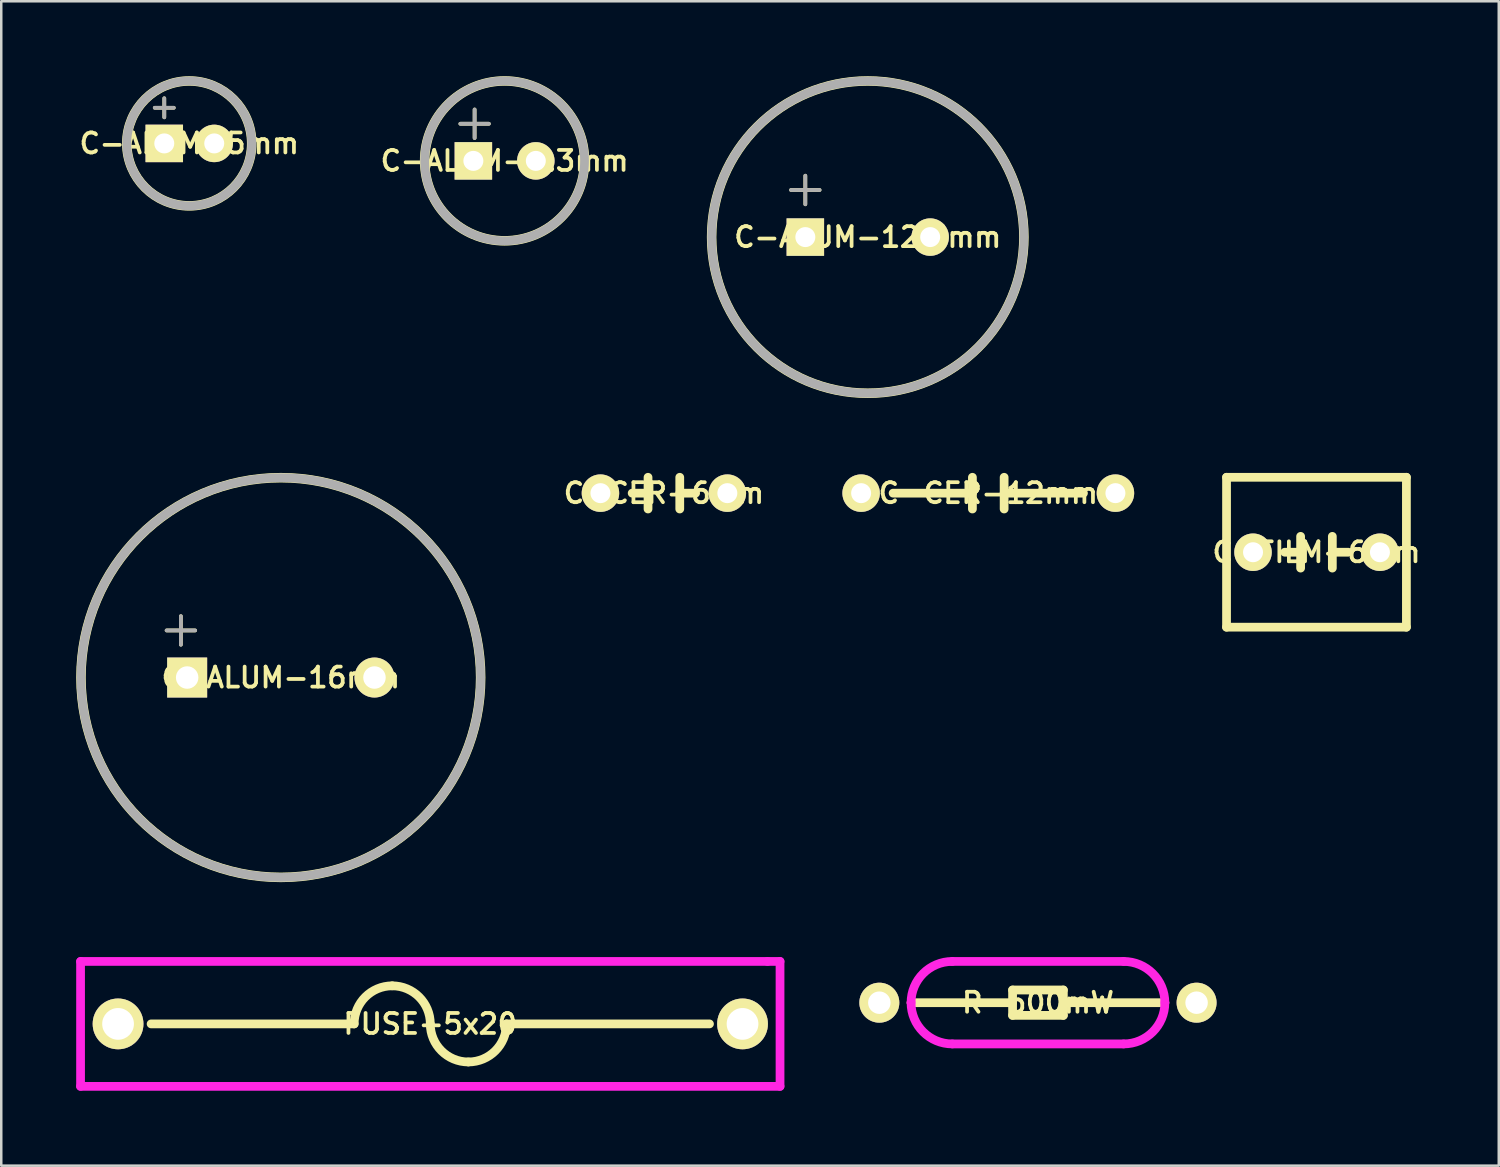
<source format=kicad_pcb>
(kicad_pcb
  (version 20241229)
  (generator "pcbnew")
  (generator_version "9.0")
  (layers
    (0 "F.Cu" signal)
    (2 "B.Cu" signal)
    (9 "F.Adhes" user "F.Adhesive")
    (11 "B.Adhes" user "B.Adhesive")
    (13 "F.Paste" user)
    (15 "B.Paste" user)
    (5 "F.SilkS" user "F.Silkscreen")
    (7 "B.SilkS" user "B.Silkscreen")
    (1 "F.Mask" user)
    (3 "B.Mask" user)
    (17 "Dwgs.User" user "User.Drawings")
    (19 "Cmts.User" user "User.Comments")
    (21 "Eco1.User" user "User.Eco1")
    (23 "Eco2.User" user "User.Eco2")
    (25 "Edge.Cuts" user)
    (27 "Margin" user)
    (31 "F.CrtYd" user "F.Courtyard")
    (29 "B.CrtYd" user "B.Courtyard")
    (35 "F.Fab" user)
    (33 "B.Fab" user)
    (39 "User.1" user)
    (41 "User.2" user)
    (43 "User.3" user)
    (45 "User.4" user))
  (footprint "C-CER-12mm"
    (layer "F.Cu")
    (at 36.511 16.691)
    (property "Reference" "C-CER-12mm" (at 0 0 0) (layer "F.SilkS") (effects (font (size 0.8 0.8) (thickness 0.15))))
    (attr through_hole)
    (fp_line (start -3.81 0) (end -0.635 0) (stroke (width 0.35) (type solid)) (layer "F.SilkS"))
    (fp_line (start -0.635 -0.635) (end -0.635 0.635) (stroke (width 0.35) (type solid)) (layer "F.SilkS"))
    (fp_line (start -0.635 0) (end -0.635 -0.635) (stroke (width 0.15) (type solid)) (layer "F.SilkS"))
    (fp_line (start 0.635 -0.635) (end 0.635 0.635) (stroke (width 0.35) (type solid)) (layer "F.SilkS"))
    (fp_line (start 0.635 0) (end 3.81 0) (stroke (width 0.35) (type solid)) (layer "F.SilkS"))
    (pad "1" thru_hole circle (at -5.09 0) (size 1.5 1.5) (drill 0.8) (layers "*.Cu" "*.Mask" "F.SilkS"))
    (pad "2" thru_hole circle (at 5.09 0) (size 1.5 1.5) (drill 0.8) (layers "*.Cu" "*.Mask" "F.SilkS")))
  (footprint "C-ALUM-12.5mm"
    (layer "F.Cu")
    (at 31.687 6.441)
    (property "Reference" "C-ALUM-12.5mm" (at 0 0 0) (layer "F.SilkS") (effects (font (size 0.8 0.8) (thickness 0.15))))
    (attr through_hole)
    (fp_circle (center 0 0) (end 6.25 0) (stroke (width 0.381) (type solid)) (fill no) (layer "F.SilkS"))
    (fp_circle (center 0 0) (end 6.25 0) (stroke (width 0.35) (type solid)) (fill no) (layer "F.Fab"))
    (fp_text user "+" (at -2.5 -2 0) (layer "F.SilkS") (effects (font (size 1.5 1.5) (thickness 0.15))))
    (fp_text user "+" (at -2.5 -2 0) (layer "F.Fab") (effects (font (size 1.5 1.5) (thickness 0.15))))
    (pad "1" thru_hole rect (at -2.499 0) (size 1.5 1.5) (drill 0.8) (layers "*.Cu" "*.Mask" "F.SilkS"))
    (pad "2" thru_hole circle (at 2.499 0) (size 1.5 1.5) (drill 0.8) (layers "*.Cu" "*.Mask" "F.SilkS")))
  (footprint "C-ALUM-6.3mm"
    (layer "F.Cu")
    (at 17.149 3.39)
    (property "Reference" "C-ALUM-6.3mm" (at 0 0 0) (layer "F.SilkS") (effects (font (size 0.8 0.8) (thickness 0.15))))
    (attr through_hole)
    (fp_circle (center 0 0) (end 3.2 0) (stroke (width 0.381) (type solid)) (fill no) (layer "F.SilkS"))
    (fp_circle (center 0 0) (end 3.2 0) (stroke (width 0.35) (type solid)) (fill no) (layer "F.Fab"))
    (fp_text user "+" (at -1.2 -1.6 0) (layer "F.SilkS") (effects (font (size 1.5 1.5) (thickness 0.15))))
    (fp_text user "+" (at -1.2 -1.6 0) (layer "F.Fab") (effects (font (size 1.5 1.5) (thickness 0.15))))
    (pad "1" thru_hole rect (at -1.25 0) (size 1.5 1.5) (drill 0.8) (layers "*.Cu" "*.Mask" "F.SilkS"))
    (pad "2" thru_hole circle (at 1.25 0) (size 1.5 1.5) (drill 0.8) (layers "*.Cu" "*.Mask" "F.SilkS")))
  (footprint "R-500mW"
    (layer "F.Cu")
    (at 38.5 37.088)
    (property "Reference" "R-500mW" (at 0 0 0) (layer "F.SilkS") (effects (font (size 0.8 0.8) (thickness 0.15))))
    (attr through_hole)
    (fp_line (start -1.016 -0.508) (end -1.016 0.508) (stroke (width 0.35) (type solid)) (layer "F.SilkS"))
    (fp_line (start -1.016 0) (end -5.08 0) (stroke (width 0.35) (type solid)) (layer "F.SilkS"))
    (fp_line (start -1.016 0.508) (end 1.016 0.508) (stroke (width 0.35) (type solid)) (layer "F.SilkS"))
    (fp_line (start 1.016 -0.508) (end -1.016 -0.508) (stroke (width 0.35) (type solid)) (layer "F.SilkS"))
    (fp_line (start 1.016 0) (end 5.08 0) (stroke (width 0.35) (type solid)) (layer "F.SilkS"))
    (fp_line (start 1.016 0.508) (end 1.016 -0.508) (stroke (width 0.35) (type solid)) (layer "F.SilkS"))
    (fp_line (start -3.429 -1.651) (end 3.429 -1.651) (stroke (width 0.35) (type solid)) (layer "F.CrtYd"))
    (fp_line (start 3.429 1.651) (end -3.429 1.651) (stroke (width 0.35) (type solid)) (layer "F.CrtYd"))
    (fp_arc (start -5.08 0) (mid -4.596433 -1.167433) (end -3.429 -1.651) (stroke (width 0.35) (type solid)) (layer "F.CrtYd"))
    (fp_arc (start -3.429 1.651) (mid -4.596433 1.167433) (end -5.08 0) (stroke (width 0.35) (type solid)) (layer "F.CrtYd"))
    (fp_arc (start 3.429 -1.651) (mid 4.596433 -1.167433) (end 5.08 0) (stroke (width 0.35) (type solid)) (layer "F.CrtYd"))
    (fp_arc (start 5.08 0) (mid 4.596433 1.167433) (end 3.429 1.651) (stroke (width 0.35) (type solid)) (layer "F.CrtYd"))
    (pad "1" thru_hole circle (at -6.35 0) (size 1.6 1.6) (drill 0.9) (layers "*.Cu" "*.Mask" "F.SilkS"))
    (pad "2" thru_hole circle (at 6.35 0) (size 1.6 1.6) (drill 0.9) (layers "*.Cu" "*.Mask" "F.SilkS")))
  (footprint "C-ALUM-16mm"
    (layer "F.Cu")
    (at 8.191 24.072)
    (property "Reference" "C-ALUM-16mm" (at 0 0 0) (layer "F.SilkS") (effects (font (size 0.8 0.8) (thickness 0.15))))
    (attr through_hole)
    (fp_circle (center 0 0) (end 8 0) (stroke (width 0.381) (type solid)) (fill no) (layer "F.SilkS"))
    (fp_circle (center 0 0) (end 8 0) (stroke (width 0.35) (type solid)) (fill no) (layer "F.Fab"))
    (fp_text user "+" (at -4 -2 0) (layer "F.SilkS") (effects (font (size 1.5 1.5) (thickness 0.15))))
    (fp_text user "+" (at -4 -2 0) (layer "F.Fab") (effects (font (size 1.5 1.5) (thickness 0.15))))
    (pad "1" thru_hole rect (at -3.749 0) (size 1.6 1.6) (drill 0.9) (layers "*.Cu" "*.Mask" "F.SilkS"))
    (pad "2" thru_hole circle (at 3.749 0) (size 1.6 1.6) (drill 0.9) (layers "*.Cu" "*.Mask" "F.SilkS")))
  (footprint "FUSE-5x20"
    (layer "F.Cu")
    (at 14.175 37.937)
    (property "Reference" "FUSE-5x20" (at 0 0 0) (layer "F.SilkS") (effects (font (size 0.8 0.8) (thickness 0.15))))
    (attr through_hole)
    (fp_line (start -11.176 0) (end -3.048 0) (stroke (width 0.35) (type solid)) (layer "F.SilkS"))
    (fp_line (start 3.048 0) (end 11.176 0) (stroke (width 0.35) (type solid)) (layer "F.SilkS"))
    (fp_arc (start -3.048 0) (mid -2.601631 -1.077631) (end -1.524 -1.524) (stroke (width 0.35) (type solid)) (layer "F.SilkS"))
    (fp_arc (start -1.524 -1.524) (mid -0.446369 -1.077631) (end 0 0) (stroke (width 0.35) (type solid)) (layer "F.SilkS"))
    (fp_arc (start 1.524 1.524) (mid 0.446369 1.077631) (end 0 0) (stroke (width 0.35) (type solid)) (layer "F.SilkS"))
    (fp_arc (start 3.048 0) (mid 2.601631 1.077631) (end 1.524 1.524) (stroke (width 0.35) (type solid)) (layer "F.SilkS"))
    (fp_line (start -14 -2.5) (end 13.5 -2.5) (stroke (width 0.35) (type solid)) (layer "F.CrtYd"))
    (fp_line (start -14 2.5) (end -14 -2.5) (stroke (width 0.35) (type solid)) (layer "F.CrtYd"))
    (fp_line (start 13.5 -2.5) (end 14 -2.5) (stroke (width 0.35) (type solid)) (layer "F.CrtYd"))
    (fp_line (start 14 -2.5) (end 14 2.5) (stroke (width 0.35) (type solid)) (layer "F.CrtYd"))
    (fp_line (start 14 2.5) (end -14 2.5) (stroke (width 0.35) (type solid)) (layer "F.CrtYd"))
    (pad "1" thru_hole circle (at -12.499 0) (size 2.032 2.032) (drill 1.27) (layers "*.Cu" "*.Mask" "F.SilkS"))
    (pad "2" thru_hole circle (at 12.499 0) (size 2.032 2.032) (drill 1.27) (layers "*.Cu" "*.Mask" "F.SilkS")))
  (footprint "C-CER-6mm"
    (layer "F.Cu")
    (at 23.526 16.691)
    (property "Reference" "C-CER-6mm" (at 0 0 0) (layer "F.SilkS") (effects (font (size 0.8 0.8) (thickness 0.15))))
    (attr through_hole)
    (fp_line (start -0.635 -0.635) (end -0.635 0.635) (stroke (width 0.35) (type solid)) (layer "F.SilkS"))
    (fp_line (start -0.635 0) (end -1.27 0) (stroke (width 0.35) (type solid)) (layer "F.SilkS"))
    (fp_line (start 0.635 -0.635) (end 0.635 0.635) (stroke (width 0.35) (type solid)) (layer "F.SilkS"))
    (fp_line (start 0.635 0) (end 1.27 0) (stroke (width 0.35) (type solid)) (layer "F.SilkS"))
    (pad "1" thru_hole circle (at -2.54 0) (size 1.5 1.5) (drill 0.8) (layers "*.Cu" "*.Mask" "F.SilkS"))
    (pad "2" thru_hole circle (at 2.54 0) (size 1.5 1.5) (drill 0.8) (layers "*.Cu" "*.Mask" "F.SilkS")))
  (footprint "C-FILM-6mm"
    (layer "F.Cu")
    (at 49.649 19.056)
    (property "Reference" "C-FILM-6mm" (at 0 0 0) (layer "F.SilkS") (effects (font (size 0.8 0.8) (thickness 0.15))))
    (attr through_hole)
    (fp_line (start -3.6 -3) (end 3.6 -3) (stroke (width 0.35) (type solid)) (layer "F.SilkS"))
    (fp_line (start -3.6 3) (end -3.6 -3) (stroke (width 0.35) (type solid)) (layer "F.SilkS"))
    (fp_line (start -1.27 0) (end -0.635 0) (stroke (width 0.35) (type solid)) (layer "F.SilkS"))
    (fp_line (start -0.635 -0.635) (end -0.635 0.635) (stroke (width 0.35) (type solid)) (layer "F.SilkS"))
    (fp_line (start 0.635 -0.635) (end 0.635 0.635) (stroke (width 0.35) (type solid)) (layer "F.SilkS"))
    (fp_line (start 0.635 0) (end 1.27 0) (stroke (width 0.35) (type solid)) (layer "F.SilkS"))
    (fp_line (start 3.6 -3) (end 3.6 3) (stroke (width 0.35) (type solid)) (layer "F.SilkS"))
    (fp_line (start 3.6 3) (end -3.6 3) (stroke (width 0.35) (type solid)) (layer "F.SilkS"))
    (pad "1" thru_hole circle (at -2.54 0) (size 1.5 1.5) (drill 0.8) (layers "*.Cu" "*.Mask" "F.SilkS"))
    (pad "2" thru_hole circle (at 2.54 0) (size 1.5 1.5) (drill 0.8) (layers "*.Cu" "*.Mask" "F.SilkS")))
  (footprint "C-ALUM-5mm"
    (layer "F.Cu")
    (at 4.526 2.691)
    (property "Reference" "C-ALUM-5mm" (at 0 0 0) (layer "F.SilkS") (effects (font (size 0.8 0.8) (thickness 0.15))))
    (attr through_hole)
    (fp_circle (center 0 0) (end 2.5 0) (stroke (width 0.381) (type solid)) (fill no) (layer "F.SilkS"))
    (fp_circle (center 0 0) (end 2.5 0) (stroke (width 0.35) (type solid)) (fill no) (layer "F.Fab"))
    (fp_text user "+" (at -1 -1.5 0) (layer "F.SilkS") (effects (font (size 1 1) (thickness 0.15))))
    (fp_text user "+" (at -1 -1.5 0) (layer "F.Fab") (effects (font (size 1 1) (thickness 0.15))))
    (pad "1" thru_hole rect (at -1 0) (size 1.5 1.5) (drill 0.8) (layers "*.Cu" "*.Mask" "F.SilkS"))
    (pad "2" thru_hole circle (at 1 0) (size 1.5 1.5) (drill 0.8) (layers "*.Cu" "*.Mask" "F.SilkS")))
  (gr_rect
    (start -3 -3)
    (end 56.946 43.612)
    (stroke (width 0.1) (type default))
    (fill no)
    (layer "Edge.Cuts")))
</source>
